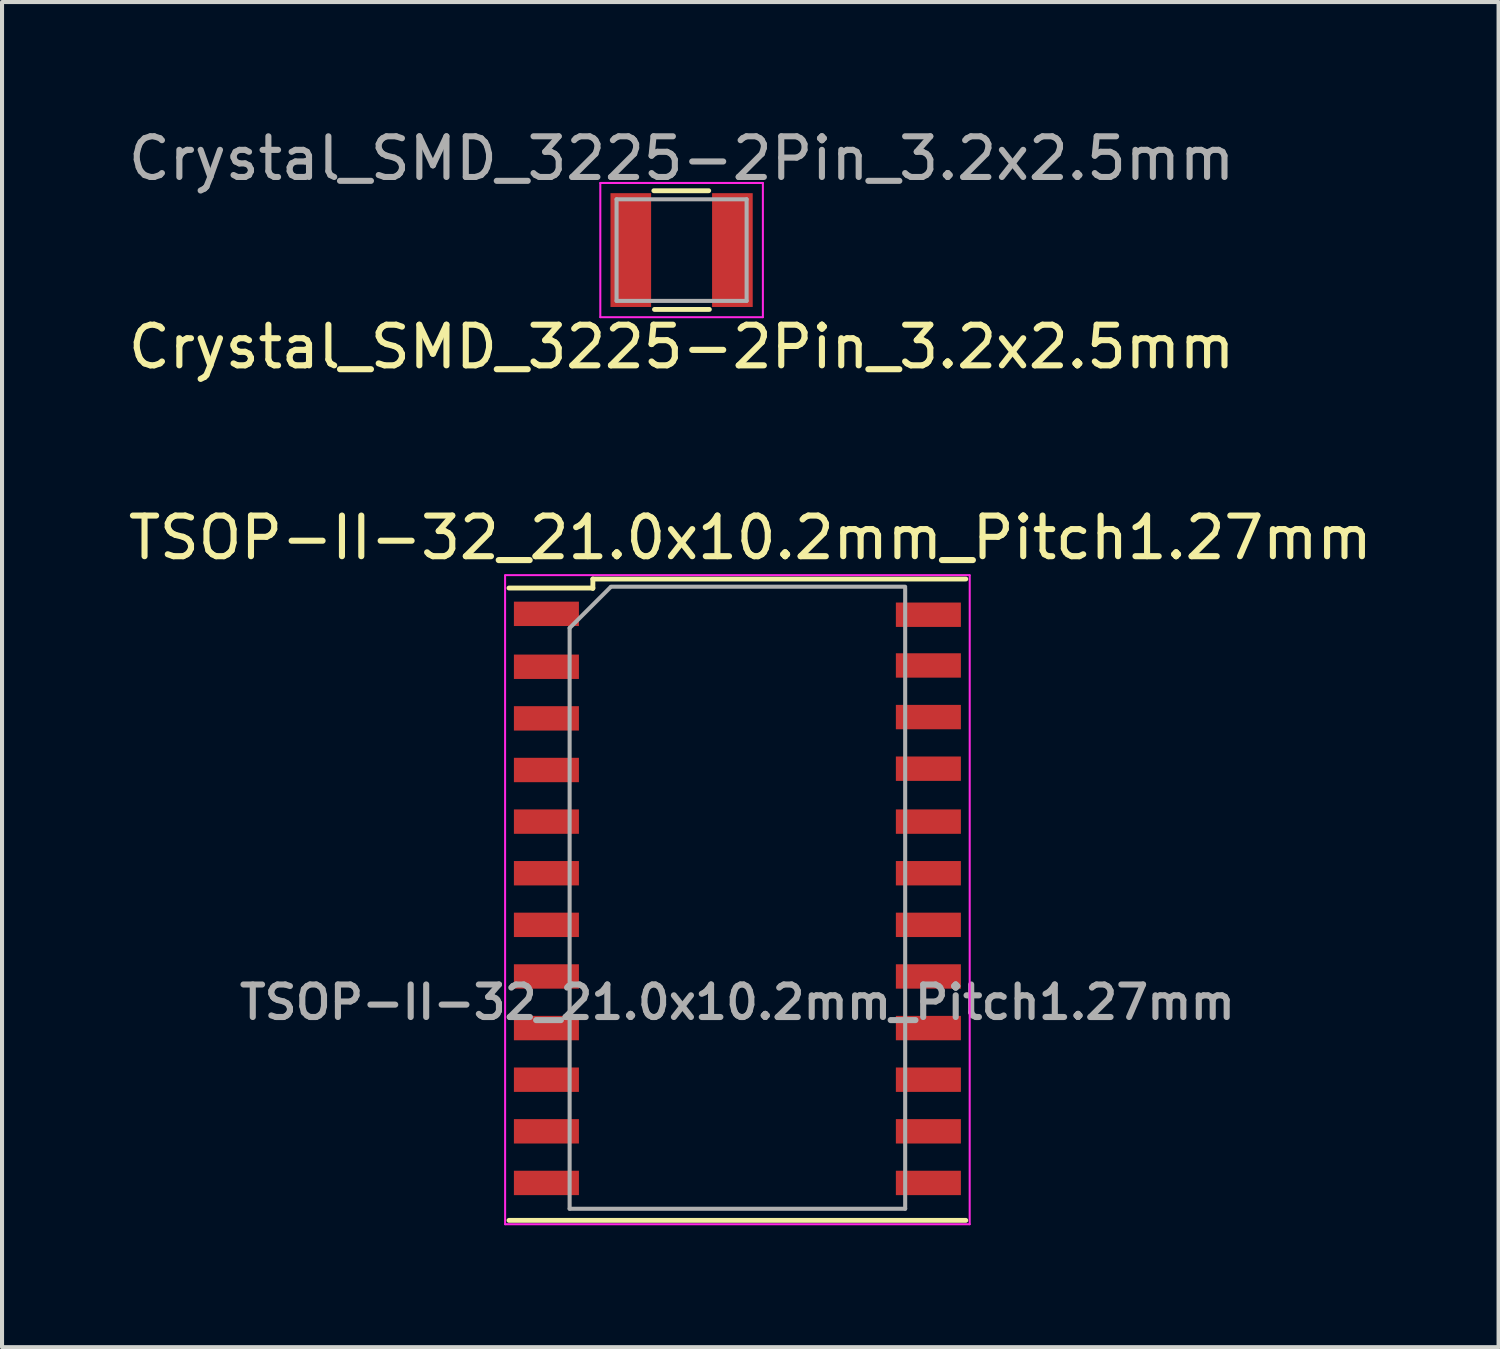
<source format=kicad_pcb>
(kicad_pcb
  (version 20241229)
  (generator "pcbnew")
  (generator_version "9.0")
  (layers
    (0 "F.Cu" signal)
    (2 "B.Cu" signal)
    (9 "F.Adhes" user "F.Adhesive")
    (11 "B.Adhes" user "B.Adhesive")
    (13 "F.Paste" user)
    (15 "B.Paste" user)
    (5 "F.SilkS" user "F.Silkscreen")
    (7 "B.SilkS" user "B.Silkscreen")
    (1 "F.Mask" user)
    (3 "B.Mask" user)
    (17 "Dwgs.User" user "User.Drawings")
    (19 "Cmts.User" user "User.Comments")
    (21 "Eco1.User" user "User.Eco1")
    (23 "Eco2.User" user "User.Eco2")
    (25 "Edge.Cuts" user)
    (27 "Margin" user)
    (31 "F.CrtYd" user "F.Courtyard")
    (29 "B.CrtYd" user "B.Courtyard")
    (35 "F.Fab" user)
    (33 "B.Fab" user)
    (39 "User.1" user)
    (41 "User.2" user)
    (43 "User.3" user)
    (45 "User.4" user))
  (footprint "TSOP-II-32_21.0x10.2mm_Pitch1.27mm"
    (layer "F.Cu")
    (at 15.093 19.07)
    (property "Reference" "TSOP-II-32_21.0x10.2mm_Pitch1.27mm" (at 0.318 -8.89 0) (layer "F.SilkS") (effects (font (size 1 1) (thickness 0.15))))
    (attr smd)
    (fp_line (start -5.62 7.906) (end 5.62 7.906) (stroke (width 0.12) (type solid)) (layer "F.SilkS"))
    (fp_line (start -3.556 -7.874) (end -3.556 -7.642) (stroke (width 0.12) (type solid)) (layer "F.SilkS"))
    (fp_line (start -3.556 -7.874) (end 5.62 -7.874) (stroke (width 0.12) (type solid)) (layer "F.SilkS"))
    (fp_line (start -3.556 -7.652) (end -5.62 -7.652) (stroke (width 0.12) (type solid)) (layer "F.SilkS"))
    (fp_line (start -5.716 -7.96) (end -5.715 8.001) (stroke (width 0.05) (type solid)) (layer "F.CrtYd"))
    (fp_line (start -5.715 -7.969) (end 5.715 -7.969) (stroke (width 0.05) (type solid)) (layer "F.CrtYd"))
    (fp_line (start -5.715 8.001) (end 5.715 8.001) (stroke (width 0.05) (type solid)) (layer "F.CrtYd"))
    (fp_line (start 5.716 -7.96) (end 5.715 8.001) (stroke (width 0.05) (type solid)) (layer "F.CrtYd"))
    (fp_line (start -4.128 -6.668) (end -3.127 -7.668) (stroke (width 0.1) (type solid)) (layer "F.Fab"))
    (fp_line (start -4.128 7.62) (end -4.128 -6.668) (stroke (width 0.1) (type solid)) (layer "F.Fab"))
    (fp_line (start -3.111 -7.684) (end 4.128 -7.684) (stroke (width 0.1) (type solid)) (layer "F.Fab"))
    (fp_line (start 4.128 -7.652) (end 4.128 7.62) (stroke (width 0.1) (type solid)) (layer "F.Fab"))
    (fp_line (start 4.128 7.62) (end -4.128 7.62) (stroke (width 0.1) (type solid)) (layer "F.Fab"))
    (fp_text user "${REFERENCE}" (at 0 2.54 0) (layer "F.Fab") (effects (font (size 0.8 0.8) (thickness 0.15))))
    (pad "1" smd rect (at -4.699 -7.017) (size 1.6 0.6) (layers "F.Cu" "F.Mask" "F.Paste"))
    (pad "2" smd rect (at -4.699 -5.715) (size 1.6 0.6) (layers "F.Cu" "F.Mask" "F.Paste"))
    (pad "3" smd rect (at -4.699 -4.445) (size 1.6 0.6) (layers "F.Cu" "F.Mask" "F.Paste"))
    (pad "4" smd rect (at -4.699 -3.175) (size 1.6 0.6) (layers "F.Cu" "F.Mask" "F.Paste"))
    (pad "5" smd rect (at -4.699 -1.905) (size 1.6 0.6) (layers "F.Cu" "F.Mask" "F.Paste"))
    (pad "6" smd rect (at -4.699 -0.635) (size 1.6 0.6) (layers "F.Cu" "F.Mask" "F.Paste"))
    (pad "7" smd rect (at -4.699 0.635) (size 1.6 0.6) (layers "F.Cu" "F.Mask" "F.Paste"))
    (pad "8" smd rect (at -4.699 1.905) (size 1.6 0.6) (layers "F.Cu" "F.Mask" "F.Paste"))
    (pad "9" smd rect (at -4.699 3.175) (size 1.6 0.6) (layers "F.Cu" "F.Mask" "F.Paste"))
    (pad "10" smd rect (at -4.699 4.445) (size 1.6 0.6) (layers "F.Cu" "F.Mask" "F.Paste"))
    (pad "11" smd rect (at -4.699 5.715) (size 1.6 0.6) (layers "F.Cu" "F.Mask" "F.Paste"))
    (pad "12" smd rect (at -4.699 6.985) (size 1.6 0.6) (layers "F.Cu" "F.Mask" "F.Paste"))
    (pad "13" smd rect (at 4.699 6.985 180) (size 1.6 0.6) (layers "F.Cu" "F.Mask" "F.Paste"))
    (pad "14" smd rect (at 4.699 5.715 180) (size 1.6 0.6) (layers "F.Cu" "F.Mask" "F.Paste"))
    (pad "15" smd rect (at 4.699 4.445 180) (size 1.6 0.6) (layers "F.Cu" "F.Mask" "F.Paste"))
    (pad "16" smd rect (at 4.699 3.175 180) (size 1.6 0.6) (layers "F.Cu" "F.Mask" "F.Paste"))
    (pad "17" smd rect (at 4.699 1.905) (size 1.6 0.6) (layers "F.Cu" "F.Mask" "F.Paste"))
    (pad "18" smd rect (at 4.699 0.635) (size 1.6 0.6) (layers "F.Cu" "F.Mask" "F.Paste"))
    (pad "19" smd rect (at 4.699 -0.635) (size 1.6 0.6) (layers "F.Cu" "F.Mask" "F.Paste"))
    (pad "20" smd rect (at 4.699 -1.905) (size 1.6 0.6) (layers "F.Cu" "F.Mask" "F.Paste"))
    (pad "21" smd rect (at 4.699 -3.207) (size 1.6 0.6) (layers "F.Cu" "F.Mask" "F.Paste"))
    (pad "22" smd rect (at 4.699 -4.477) (size 1.6 0.6) (layers "F.Cu" "F.Mask" "F.Paste"))
    (pad "23" smd rect (at 4.699 -5.747) (size 1.6 0.6) (layers "F.Cu" "F.Mask" "F.Paste"))
    (pad "24" smd rect (at 4.699 -6.995) (size 1.6 0.6) (layers "F.Cu" "F.Mask" "F.Paste")))
  (footprint "Crystal_SMD_3225-2Pin_3.2x2.5mm"
    (layer "F.Cu")
    (at 13.72 3.103)
    (property "Reference" "Crystal_SMD_3225-2Pin_3.2x2.5mm" (at 0 2.381 180) (layer "F.SilkS") (effects (font (size 1 1) (thickness 0.15))))
    (attr smd)
    (fp_line (start -0.683 -1.46) (end 0.667 -1.46) (stroke (width 0.12) (type solid)) (layer "F.SilkS"))
    (fp_line (start -0.667 1.46) (end 0.683 1.46) (stroke (width 0.12) (type solid)) (layer "F.SilkS"))
    (fp_line (start -2 -1.651) (end 2 -1.651) (stroke (width 0.05) (type solid)) (layer "F.CrtYd"))
    (fp_line (start -2 1.651) (end 2 1.651) (stroke (width 0.05) (type solid)) (layer "F.CrtYd"))
    (fp_line (start -2 -1.65) (end -2 1.65) (stroke (width 0.05) (type solid)) (layer "F.CrtYd"))
    (fp_line (start 2 -1.65) (end 2 1.65) (stroke (width 0.05) (type solid)) (layer "F.CrtYd"))
    (fp_line (start -1.6 -1.25) (end -1.6 1.25) (stroke (width 0.1) (type solid)) (layer "F.Fab"))
    (fp_line (start -1.6 -1.25) (end 1.6 -1.25) (stroke (width 0.1) (type solid)) (layer "F.Fab"))
    (fp_line (start -1.6 1.25) (end 1.6 1.25) (stroke (width 0.1) (type solid)) (layer "F.Fab"))
    (fp_line (start 1.6 -1.25) (end 1.6 1.25) (stroke (width 0.1) (type solid)) (layer "F.Fab"))
    (fp_text user "${REFERENCE}" (at 0 -2.254 180) (layer "F.Fab") (effects (font (size 1 1) (thickness 0.15))))
    (pad "1" smd rect (at 1.25 0) (size 1 2.8) (layers "F.Cu" "F.Mask" "F.Paste"))
    (pad "2" smd rect (at -1.25 0) (size 1 2.8) (layers "F.Cu" "F.Mask" "F.Paste")))
  (gr_rect
    (start -3 -3)
    (end 33.821 30.096)
    (stroke (width 0.1) (type default))
    (fill no)
    (layer "Edge.Cuts")))
</source>
